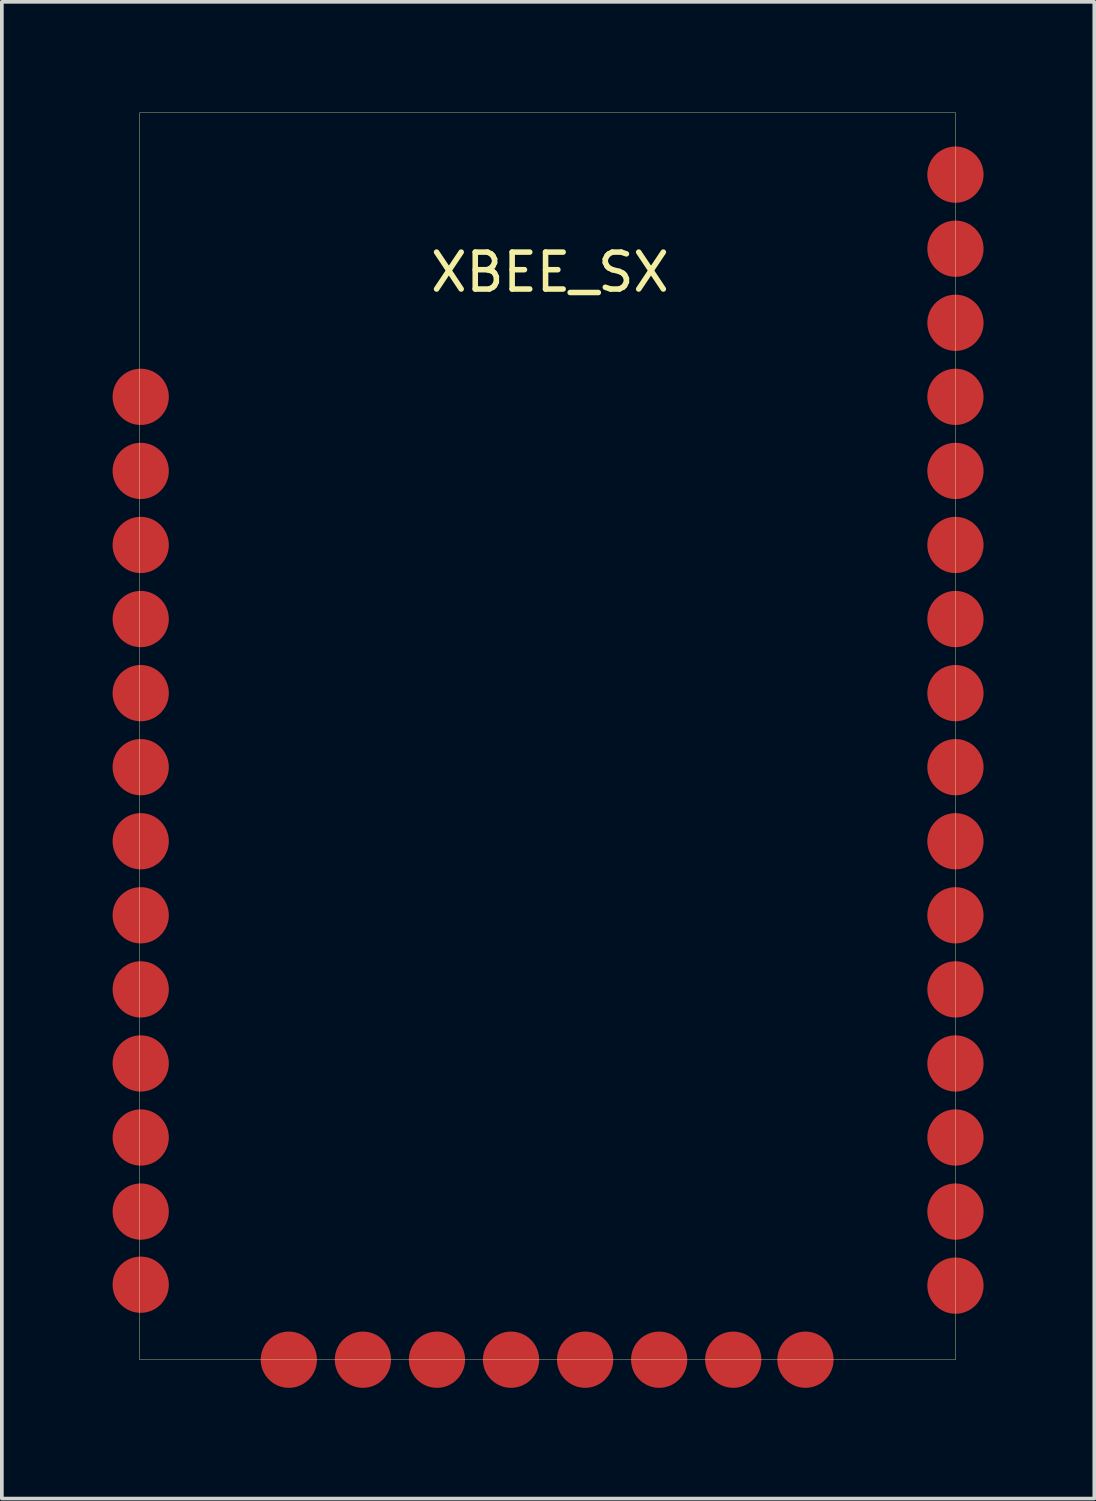
<source format=kicad_pcb>
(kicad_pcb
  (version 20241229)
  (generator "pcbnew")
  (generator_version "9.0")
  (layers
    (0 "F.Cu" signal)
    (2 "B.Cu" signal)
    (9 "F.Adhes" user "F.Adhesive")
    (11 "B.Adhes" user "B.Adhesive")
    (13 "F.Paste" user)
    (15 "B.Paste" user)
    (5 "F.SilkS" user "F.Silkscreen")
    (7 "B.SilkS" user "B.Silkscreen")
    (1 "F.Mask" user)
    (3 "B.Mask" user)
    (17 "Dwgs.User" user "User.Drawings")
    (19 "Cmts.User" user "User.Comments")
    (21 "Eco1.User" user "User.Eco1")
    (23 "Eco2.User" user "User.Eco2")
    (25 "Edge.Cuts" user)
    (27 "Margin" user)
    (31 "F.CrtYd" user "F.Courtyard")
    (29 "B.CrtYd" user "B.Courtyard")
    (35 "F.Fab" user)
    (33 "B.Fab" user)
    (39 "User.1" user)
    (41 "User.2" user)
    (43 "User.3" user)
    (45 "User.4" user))
  (footprint "XBEE_SX"
    (layer "F.Cu")
    (at 18.009 4.325)
    (property "Reference" "XBEE_SX" (at -6.16 0 0) (layer "F.SilkS") (effects (font (size 1 1) (thickness 0.15))))
    (attr through_hole)
    (fp_line (start -17.272 -4.32) (end 4.826 -4.32) (stroke (width 0.01) (type solid)) (layer "F.SilkS"))
    (fp_line (start -17.272 29.462) (end -17.272 -4.32) (stroke (width 0.01) (type solid)) (layer "F.SilkS"))
    (fp_line (start 4.826 -4.32) (end 4.826 29.462) (stroke (width 0.01) (type solid)) (layer "F.SilkS"))
    (fp_line (start 4.826 29.462) (end -17.272 29.462) (stroke (width 0.01) (type solid)) (layer "F.SilkS"))
    (pad "1" smd circle (at -17.247 3.376 180) (size 1.524 1.524) (layers "F.Cu" "F.Mask" "F.Paste"))
    (pad "2" smd circle (at -17.247 5.383 180) (size 1.524 1.524) (layers "F.Cu" "F.Mask" "F.Paste"))
    (pad "3" smd circle (at -17.247 7.389 180) (size 1.524 1.524) (layers "F.Cu" "F.Mask" "F.Paste"))
    (pad "4" smd circle (at -17.247 9.396 180) (size 1.524 1.524) (layers "F.Cu" "F.Mask" "F.Paste"))
    (pad "5" smd circle (at -17.247 11.403 180) (size 1.524 1.524) (layers "F.Cu" "F.Mask" "F.Paste"))
    (pad "6" smd circle (at -17.247 13.409 180) (size 1.524 1.524) (layers "F.Cu" "F.Mask" "F.Paste"))
    (pad "7" smd circle (at -17.247 15.416 180) (size 1.524 1.524) (layers "F.Cu" "F.Mask" "F.Paste"))
    (pad "8" smd circle (at -17.247 17.422 180) (size 1.524 1.524) (layers "F.Cu" "F.Mask" "F.Paste"))
    (pad "9" smd circle (at -17.247 19.429 180) (size 1.524 1.524) (layers "F.Cu" "F.Mask" "F.Paste"))
    (pad "10" smd circle (at -17.247 21.436 180) (size 1.524 1.524) (layers "F.Cu" "F.Mask" "F.Paste"))
    (pad "11" smd circle (at -17.247 23.442 180) (size 1.524 1.524) (layers "F.Cu" "F.Mask" "F.Paste"))
    (pad "12" smd circle (at -17.247 25.449 180) (size 1.524 1.524) (layers "F.Cu" "F.Mask" "F.Paste"))
    (pad "13" smd circle (at -17.247 27.43 180) (size 1.524 1.524) (layers "F.Cu" "F.Mask" "F.Paste"))
    (pad "14" smd circle (at -13.234 29.462 180) (size 1.524 1.524) (layers "F.Cu" "F.Mask" "F.Paste"))
    (pad "15" smd circle (at -11.227 29.462 180) (size 1.524 1.524) (layers "F.Cu" "F.Mask" "F.Paste"))
    (pad "16" smd circle (at -9.221 29.462 180) (size 1.524 1.524) (layers "F.Cu" "F.Mask" "F.Paste"))
    (pad "17" smd circle (at -7.214 29.462 180) (size 1.524 1.524) (layers "F.Cu" "F.Mask" "F.Paste"))
    (pad "18" smd circle (at -5.207 29.462 180) (size 1.524 1.524) (layers "F.Cu" "F.Mask" "F.Paste"))
    (pad "19" smd circle (at -3.201 29.462 180) (size 1.524 1.524) (layers "F.Cu" "F.Mask" "F.Paste"))
    (pad "20" smd circle (at -1.194 29.462 180) (size 1.524 1.524) (layers "F.Cu" "F.Mask" "F.Paste"))
    (pad "21" smd circle (at 0.762 29.462 180) (size 1.524 1.524) (layers "F.Cu" "F.Mask" "F.Paste"))
    (pad "22" smd circle (at 4.826 27.455 180) (size 1.524 1.524) (layers "F.Cu" "F.Mask" "F.Paste"))
    (pad "23" smd circle (at 4.826 25.449 180) (size 1.524 1.524) (layers "F.Cu" "F.Mask" "F.Paste"))
    (pad "24" smd circle (at 4.826 23.442 180) (size 1.524 1.524) (layers "F.Cu" "F.Mask" "F.Paste"))
    (pad "25" smd circle (at 4.826 21.436 180) (size 1.524 1.524) (layers "F.Cu" "F.Mask" "F.Paste"))
    (pad "26" smd circle (at 4.826 19.429 180) (size 1.524 1.524) (layers "F.Cu" "F.Mask" "F.Paste"))
    (pad "27" smd circle (at 4.826 17.422 180) (size 1.524 1.524) (layers "F.Cu" "F.Mask" "F.Paste"))
    (pad "28" smd circle (at 4.826 15.416 180) (size 1.524 1.524) (layers "F.Cu" "F.Mask" "F.Paste"))
    (pad "29" smd circle (at 4.826 13.409 180) (size 1.524 1.524) (layers "F.Cu" "F.Mask" "F.Paste"))
    (pad "30" smd circle (at 4.826 11.403 180) (size 1.524 1.524) (layers "F.Cu" "F.Mask" "F.Paste"))
    (pad "31" smd circle (at 4.826 9.396 180) (size 1.524 1.524) (layers "F.Cu" "F.Mask" "F.Paste"))
    (pad "32" smd circle (at 4.826 7.389 180) (size 1.524 1.524) (layers "F.Cu" "F.Mask" "F.Paste"))
    (pad "33" smd circle (at 4.826 5.383 180) (size 1.524 1.524) (layers "F.Cu" "F.Mask" "F.Paste"))
    (pad "34" smd circle (at 4.826 3.376 180) (size 1.524 1.524) (layers "F.Cu" "F.Mask" "F.Paste"))
    (pad "35" smd circle (at 4.826 1.37 180) (size 1.524 1.524) (layers "F.Cu" "F.Mask" "F.Paste"))
    (pad "36" smd circle (at 4.826 -0.637 180) (size 1.524 1.524) (layers "F.Cu" "F.Mask" "F.Paste"))
    (pad "37" smd circle (at 4.826 -2.644 180) (size 1.524 1.524) (layers "F.Cu" "F.Mask" "F.Paste")))
  (gr_rect
    (start -3 -3)
    (end 26.597 37.549)
    (stroke (width 0.1) (type default))
    (fill no)
    (layer "Edge.Cuts")))
</source>
